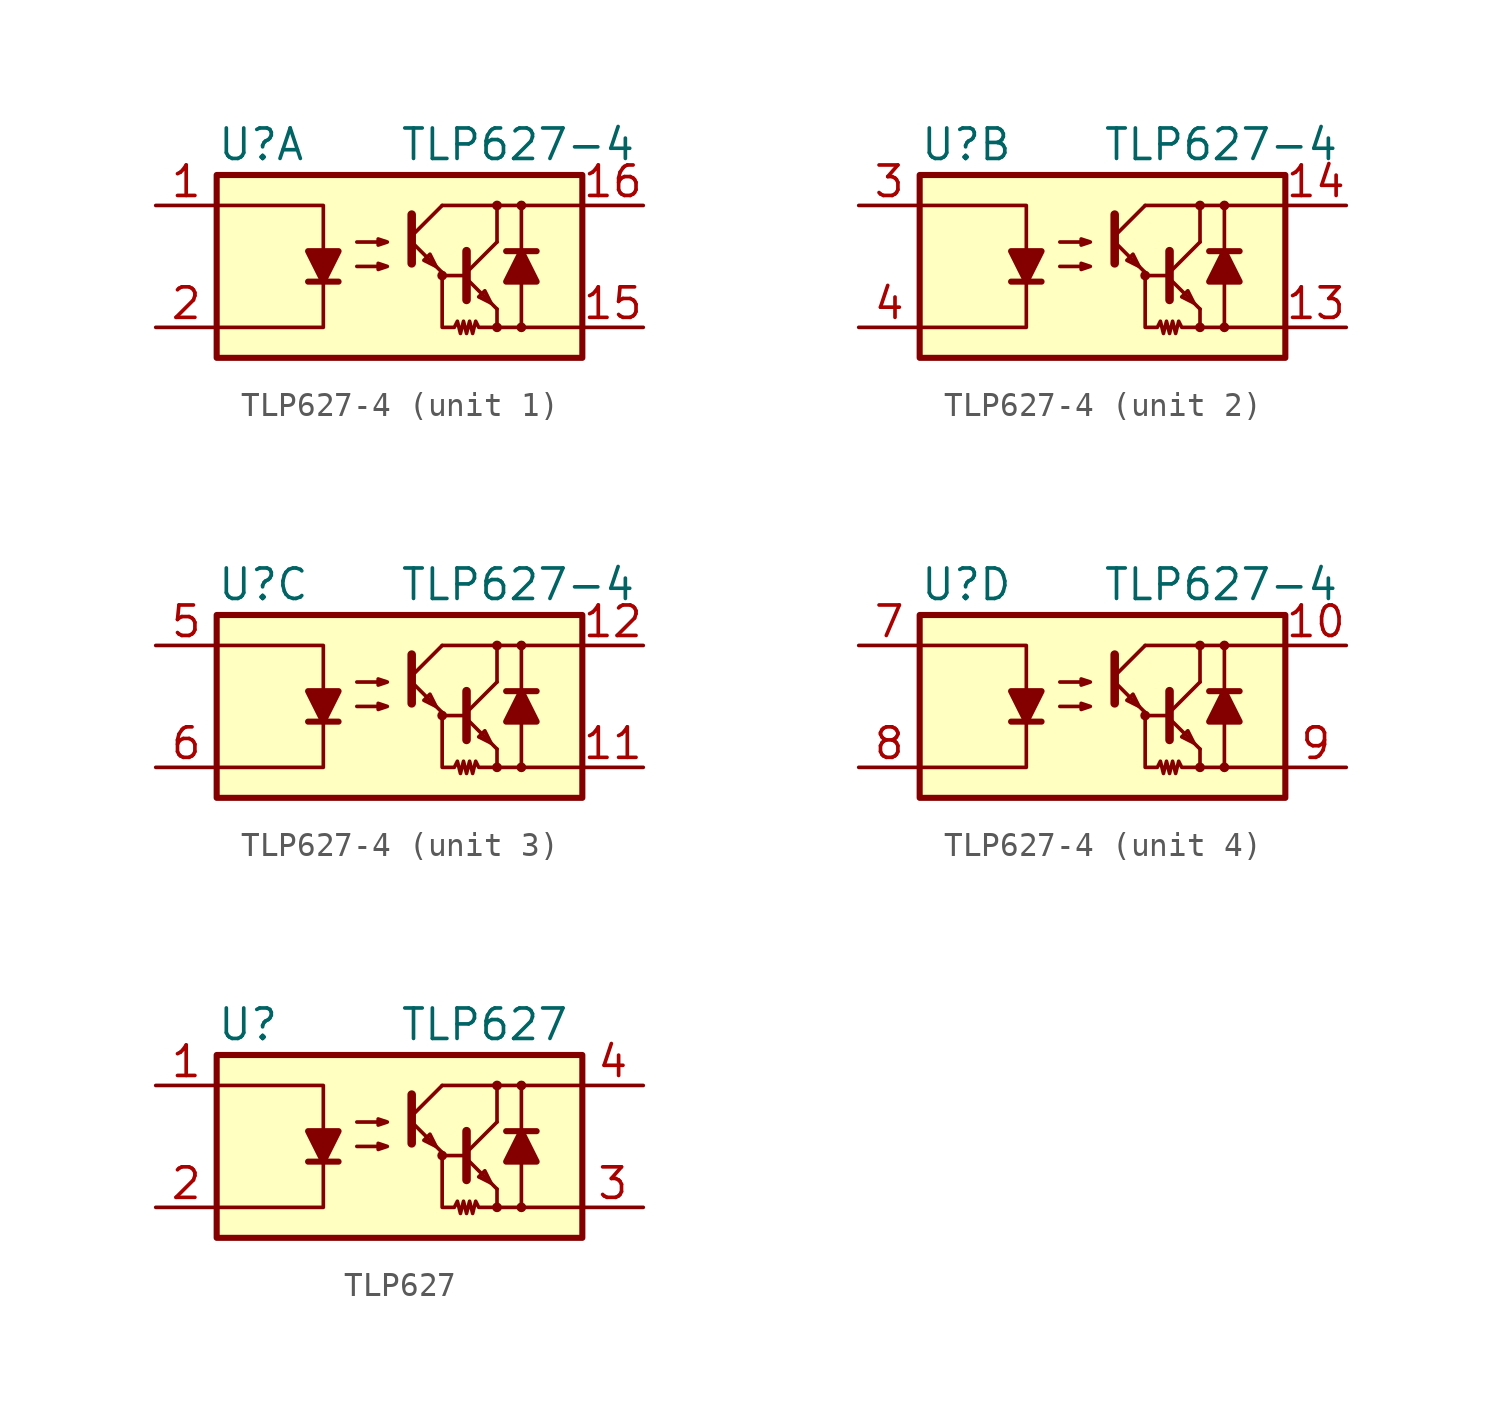
<source format=kicad_sym>
(kicad_symbol_lib
  (version 20211014)
  (generator kicad_symbol_editor)
  (symbol "TLP627-4"
    (pin_names
      (offset 1.016))
    (property "Reference" "U"
      (at -7.62 5.08 0)
      (effects (font (size 1.27 1.27)) (justify left)))
    (property "Value" "TLP627-4"
      (at 0 5.08 0)
      (effects (font (size 1.27 1.27)) (justify left)))
    (symbol "TLP627-4_0_1"
      (rectangle (start -7.62 3.81) (end 7.62 -3.81) (stroke (width 0.254) (type default) (color 0 0 0 0)) (fill (type background)))
      (polyline (pts (xy -3.81 -0.635) (xy -2.54 -0.635)) (stroke (width 0.254) (type default) (color 0 0 0 0)) (fill (type none)))
      (polyline (pts (xy 0.508 1.016) (xy 1.778 -0.254)) (stroke (width 0) (type default) (color 0 0 0 0)) (fill (type none)))
      (polyline (pts (xy 0.508 1.27) (xy 1.778 2.54)) (stroke (width 0) (type default) (color 0 0 0 0)) (fill (type none)))
      (polyline (pts (xy 0.508 2.159) (xy 0.508 0.127)) (stroke (width 0.356) (type default) (color 0 0 0 0)) (fill (type none)))
      (polyline (pts (xy 1.778 2.54) (xy 7.62 2.54)) (stroke (width 0) (type default) (color 0 0 0 0)) (fill (type none)))
      (polyline (pts (xy 2.794 -0.508) (xy 4.064 -1.778)) (stroke (width 0) (type default) (color 0 0 0 0)) (fill (type none)))
      (polyline (pts (xy 2.794 -0.381) (xy 1.778 -0.381)) (stroke (width 0) (type default) (color 0 0 0 0)) (fill (type none)))
      (polyline (pts (xy 2.794 -0.254) (xy 4.064 1.016)) (stroke (width 0) (type default) (color 0 0 0 0)) (fill (type none)))
      (polyline (pts (xy 4.064 -2.54) (xy 7.62 -2.54)) (stroke (width 0) (type default) (color 0 0 0 0)) (fill (type none)))
      (polyline (pts (xy 4.064 -1.778) (xy 4.064 -2.54)) (stroke (width 0) (type default) (color 0 0 0 0)) (fill (type none)))
      (polyline (pts (xy 4.064 1.016) (xy 4.064 2.54)) (stroke (width 0) (type default) (color 0 0 0 0)) (fill (type none)))
      (polyline (pts (xy 4.445 0.635) (xy 5.715 0.635)) (stroke (width 0.254) (type default) (color 0 0 0 0)) (fill (type none)))
      (polyline (pts (xy 5.08 -0.635) (xy 5.08 -2.54)) (stroke (width 0) (type default) (color 0 0 0 0)) (fill (type none)))
      (polyline (pts (xy 5.08 0.635) (xy 5.08 2.54)) (stroke (width 0) (type default) (color 0 0 0 0)) (fill (type none)))
      (polyline (pts (xy -7.62 2.54) (xy -3.175 2.54) (xy -3.175 0.635)) (stroke (width 0) (type default) (color 0 0 0 0)) (fill (type none)))
      (polyline (pts (xy -3.175 -0.635) (xy -3.175 -2.54) (xy -7.62 -2.54)) (stroke (width 0) (type default) (color 0 0 0 0)) (fill (type none)))
      (polyline (pts (xy 2.794 0.635) (xy 2.794 -1.397) (xy 2.794 -1.397)) (stroke (width 0.356) (type default) (color 0 0 0 0)) (fill (type none)))
      (polyline (pts (xy -3.175 -0.635) (xy -3.81 0.635) (xy -2.54 0.635) (xy -3.175 -0.635)) (stroke (width 0.254) (type default) (color 0 0 0 0)) (fill (type outline)))
      (polyline (pts (xy 1.524 0) (xy 1.27 0.508) (xy 1.016 0.254) (xy 1.524 0)) (stroke (width 0) (type default) (color 0 0 0 0)) (fill (type none)))
      (polyline (pts (xy 3.81 -1.524) (xy 3.556 -1.016) (xy 3.302 -1.27) (xy 3.81 -1.524)) (stroke (width 0) (type default) (color 0 0 0 0)) (fill (type none)))
      (polyline (pts (xy 5.08 0.635) (xy 4.445 -0.635) (xy 5.715 -0.635) (xy 5.08 0.635)) (stroke (width 0.254) (type default) (color 0 0 0 0)) (fill (type outline)))
      (polyline (pts (xy -1.778 0) (xy -0.508 0) (xy -0.889 -0.127) (xy -0.889 0.127) (xy -0.508 0)) (stroke (width 0) (type default) (color 0 0 0 0)) (fill (type none)))
      (polyline (pts (xy -1.778 1.016) (xy -0.508 1.016) (xy -0.889 0.889) (xy -0.889 1.143) (xy -0.508 1.016)) (stroke (width 0) (type default) (color 0 0 0 0)) (fill (type none)))
      (polyline (pts (xy 1.778 -0.254) (xy 1.778 -2.54) (xy 2.286 -2.54) (xy 2.413 -2.286) (xy 2.54 -2.794) (xy 2.667 -2.286) (xy 2.794 -2.794) (xy 2.921 -2.286) (xy 3.048 -2.794) (xy 3.175 -2.286) (xy 3.302 -2.54) (xy 4.064 -2.54)) (stroke (width 0) (type default) (color 0 0 0 0)) (fill (type none)))
      (circle (center 1.778 -0.381) (radius 0.127) (stroke (width 0) (type default) (color 0 0 0 0)) (fill (type none)))
      (circle (center 4.064 -2.54) (radius 0.127) (stroke (width 0) (type default) (color 0 0 0 0)) (fill (type none)))
      (circle (center 4.064 2.54) (radius 0.127) (stroke (width 0) (type default) (color 0 0 0 0)) (fill (type none)))
      (circle (center 5.08 -2.54) (radius 0.127) (stroke (width 0) (type default) (color 0 0 0 0)) (fill (type none)))
      (circle (center 5.08 2.54) (radius 0.127) (stroke (width 0) (type default) (color 0 0 0 0)) (fill (type none))))
    (symbol "TLP627-4_1_1"
      (pin passive line (at -10.16 2.54 0) (length 2.54) (name "~" (effects (font (size 1.27 1.27)))) (number "1" (effects (font (size 1.27 1.27)))))
      (pin passive line (at 10.16 -2.54 180) (length 2.54) (name "~" (effects (font (size 1.27 1.27)))) (number "15" (effects (font (size 1.27 1.27)))))
      (pin passive line (at 10.16 2.54 180) (length 2.54) (name "~" (effects (font (size 1.27 1.27)))) (number "16" (effects (font (size 1.27 1.27)))))
      (pin passive line (at -10.16 -2.54 0) (length 2.54) (name "~" (effects (font (size 1.27 1.27)))) (number "2" (effects (font (size 1.27 1.27))))))
    (symbol "TLP627-4_2_1"
      (pin passive line (at 10.16 -2.54 180) (length 2.54) (name "~" (effects (font (size 1.27 1.27)))) (number "13" (effects (font (size 1.27 1.27)))))
      (pin passive line (at 10.16 2.54 180) (length 2.54) (name "~" (effects (font (size 1.27 1.27)))) (number "14" (effects (font (size 1.27 1.27)))))
      (pin passive line (at -10.16 2.54 0) (length 2.54) (name "~" (effects (font (size 1.27 1.27)))) (number "3" (effects (font (size 1.27 1.27)))))
      (pin passive line (at -10.16 -2.54 0) (length 2.54) (name "~" (effects (font (size 1.27 1.27)))) (number "4" (effects (font (size 1.27 1.27))))))
    (symbol "TLP627-4_3_1"
      (pin passive line (at 10.16 -2.54 180) (length 2.54) (name "~" (effects (font (size 1.27 1.27)))) (number "11" (effects (font (size 1.27 1.27)))))
      (pin passive line (at 10.16 2.54 180) (length 2.54) (name "~" (effects (font (size 1.27 1.27)))) (number "12" (effects (font (size 1.27 1.27)))))
      (pin passive line (at -10.16 2.54 0) (length 2.54) (name "~" (effects (font (size 1.27 1.27)))) (number "5" (effects (font (size 1.27 1.27)))))
      (pin passive line (at -10.16 -2.54 0) (length 2.54) (name "~" (effects (font (size 1.27 1.27)))) (number "6" (effects (font (size 1.27 1.27))))))
    (symbol "TLP627-4_4_1"
      (pin passive line (at 10.16 2.54 180) (length 2.54) (name "~" (effects (font (size 1.27 1.27)))) (number "10" (effects (font (size 1.27 1.27)))))
      (pin passive line (at -10.16 2.54 0) (length 2.54) (name "~" (effects (font (size 1.27 1.27)))) (number "7" (effects (font (size 1.27 1.27)))))
      (pin passive line (at -10.16 -2.54 0) (length 2.54) (name "~" (effects (font (size 1.27 1.27)))) (number "8" (effects (font (size 1.27 1.27)))))
      (pin passive line (at 10.16 -2.54 180) (length 2.54) (name "~" (effects (font (size 1.27 1.27)))) (number "9" (effects (font (size 1.27 1.27)))))))
  (symbol "TLP627"
    (pin_names
      (offset 1.016))
    (property "Reference" "U"
      (at -7.62 5.08 0)
      (effects (font (size 1.27 1.27)) (justify left)))
    (property "Value" "TLP627"
      (at 0 5.08 0)
      (effects (font (size 1.27 1.27)) (justify left)))
    (symbol "TLP627_0_1"
      (rectangle (start -7.62 3.81) (end 7.62 -3.81) (stroke (width 0.254) (type default) (color 0 0 0 0)) (fill (type background)))
      (polyline (pts (xy -3.81 -0.635) (xy -2.54 -0.635)) (stroke (width 0.254) (type default) (color 0 0 0 0)) (fill (type none)))
      (polyline (pts (xy 0.508 1.016) (xy 1.778 -0.254)) (stroke (width 0) (type default) (color 0 0 0 0)) (fill (type none)))
      (polyline (pts (xy 0.508 1.27) (xy 1.778 2.54)) (stroke (width 0) (type default) (color 0 0 0 0)) (fill (type none)))
      (polyline (pts (xy 0.508 2.159) (xy 0.508 0.127)) (stroke (width 0.356) (type default) (color 0 0 0 0)) (fill (type none)))
      (polyline (pts (xy 1.778 2.54) (xy 7.62 2.54)) (stroke (width 0) (type default) (color 0 0 0 0)) (fill (type none)))
      (polyline (pts (xy 2.794 -0.508) (xy 4.064 -1.778)) (stroke (width 0) (type default) (color 0 0 0 0)) (fill (type none)))
      (polyline (pts (xy 2.794 -0.381) (xy 1.778 -0.381)) (stroke (width 0) (type default) (color 0 0 0 0)) (fill (type none)))
      (polyline (pts (xy 2.794 -0.254) (xy 4.064 1.016)) (stroke (width 0) (type default) (color 0 0 0 0)) (fill (type none)))
      (polyline (pts (xy 4.064 -2.54) (xy 7.62 -2.54)) (stroke (width 0) (type default) (color 0 0 0 0)) (fill (type none)))
      (polyline (pts (xy 4.064 -1.778) (xy 4.064 -2.54)) (stroke (width 0) (type default) (color 0 0 0 0)) (fill (type none)))
      (polyline (pts (xy 4.064 1.016) (xy 4.064 2.54)) (stroke (width 0) (type default) (color 0 0 0 0)) (fill (type none)))
      (polyline (pts (xy 4.445 0.635) (xy 5.715 0.635)) (stroke (width 0.254) (type default) (color 0 0 0 0)) (fill (type none)))
      (polyline (pts (xy 5.08 -0.635) (xy 5.08 -2.54)) (stroke (width 0) (type default) (color 0 0 0 0)) (fill (type none)))
      (polyline (pts (xy 5.08 0.635) (xy 5.08 2.54)) (stroke (width 0) (type default) (color 0 0 0 0)) (fill (type none)))
      (polyline (pts (xy -7.62 2.54) (xy -3.175 2.54) (xy -3.175 0.635)) (stroke (width 0) (type default) (color 0 0 0 0)) (fill (type none)))
      (polyline (pts (xy -3.175 -0.635) (xy -3.175 -2.54) (xy -7.62 -2.54)) (stroke (width 0) (type default) (color 0 0 0 0)) (fill (type none)))
      (polyline (pts (xy 2.794 0.635) (xy 2.794 -1.397) (xy 2.794 -1.397)) (stroke (width 0.356) (type default) (color 0 0 0 0)) (fill (type none)))
      (polyline (pts (xy -3.175 -0.635) (xy -3.81 0.635) (xy -2.54 0.635) (xy -3.175 -0.635)) (stroke (width 0.254) (type default) (color 0 0 0 0)) (fill (type outline)))
      (polyline (pts (xy 1.524 0) (xy 1.27 0.508) (xy 1.016 0.254) (xy 1.524 0)) (stroke (width 0) (type default) (color 0 0 0 0)) (fill (type none)))
      (polyline (pts (xy 3.81 -1.524) (xy 3.556 -1.016) (xy 3.302 -1.27) (xy 3.81 -1.524)) (stroke (width 0) (type default) (color 0 0 0 0)) (fill (type none)))
      (polyline (pts (xy 5.08 0.635) (xy 4.445 -0.635) (xy 5.715 -0.635) (xy 5.08 0.635)) (stroke (width 0.254) (type default) (color 0 0 0 0)) (fill (type outline)))
      (polyline (pts (xy -1.778 0) (xy -0.508 0) (xy -0.889 -0.127) (xy -0.889 0.127) (xy -0.508 0)) (stroke (width 0) (type default) (color 0 0 0 0)) (fill (type none)))
      (polyline (pts (xy -1.778 1.016) (xy -0.508 1.016) (xy -0.889 0.889) (xy -0.889 1.143) (xy -0.508 1.016)) (stroke (width 0) (type default) (color 0 0 0 0)) (fill (type none)))
      (polyline (pts (xy 1.778 -0.254) (xy 1.778 -2.54) (xy 2.286 -2.54) (xy 2.413 -2.286) (xy 2.54 -2.794) (xy 2.667 -2.286) (xy 2.794 -2.794) (xy 2.921 -2.286) (xy 3.048 -2.794) (xy 3.175 -2.286) (xy 3.302 -2.54) (xy 4.064 -2.54)) (stroke (width 0) (type default) (color 0 0 0 0)) (fill (type none)))
      (circle (center 1.778 -0.381) (radius 0.127) (stroke (width 0) (type default) (color 0 0 0 0)) (fill (type none)))
      (circle (center 4.064 -2.54) (radius 0.127) (stroke (width 0) (type default) (color 0 0 0 0)) (fill (type none)))
      (circle (center 4.064 2.54) (radius 0.127) (stroke (width 0) (type default) (color 0 0 0 0)) (fill (type none)))
      (circle (center 5.08 -2.54) (radius 0.127) (stroke (width 0) (type default) (color 0 0 0 0)) (fill (type none)))
      (circle (center 5.08 2.54) (radius 0.127) (stroke (width 0) (type default) (color 0 0 0 0)) (fill (type none))))
    (symbol "TLP627_1_1"
      (pin passive line (at -10.16 2.54 0) (length 2.54) (name "~" (effects (font (size 1.27 1.27)))) (number "1" (effects (font (size 1.27 1.27)))))
      (pin passive line (at -10.16 -2.54 0) (length 2.54) (name "~" (effects (font (size 1.27 1.27)))) (number "2" (effects (font (size 1.27 1.27)))))
      (pin passive line (at 10.16 -2.54 180) (length 2.54) (name "~" (effects (font (size 1.27 1.27)))) (number "3" (effects (font (size 1.27 1.27)))))
      (pin passive line (at 10.16 2.54 180) (length 2.54) (name "~" (effects (font (size 1.27 1.27)))) (number "4" (effects (font (size 1.27 1.27))))))))
</source>
